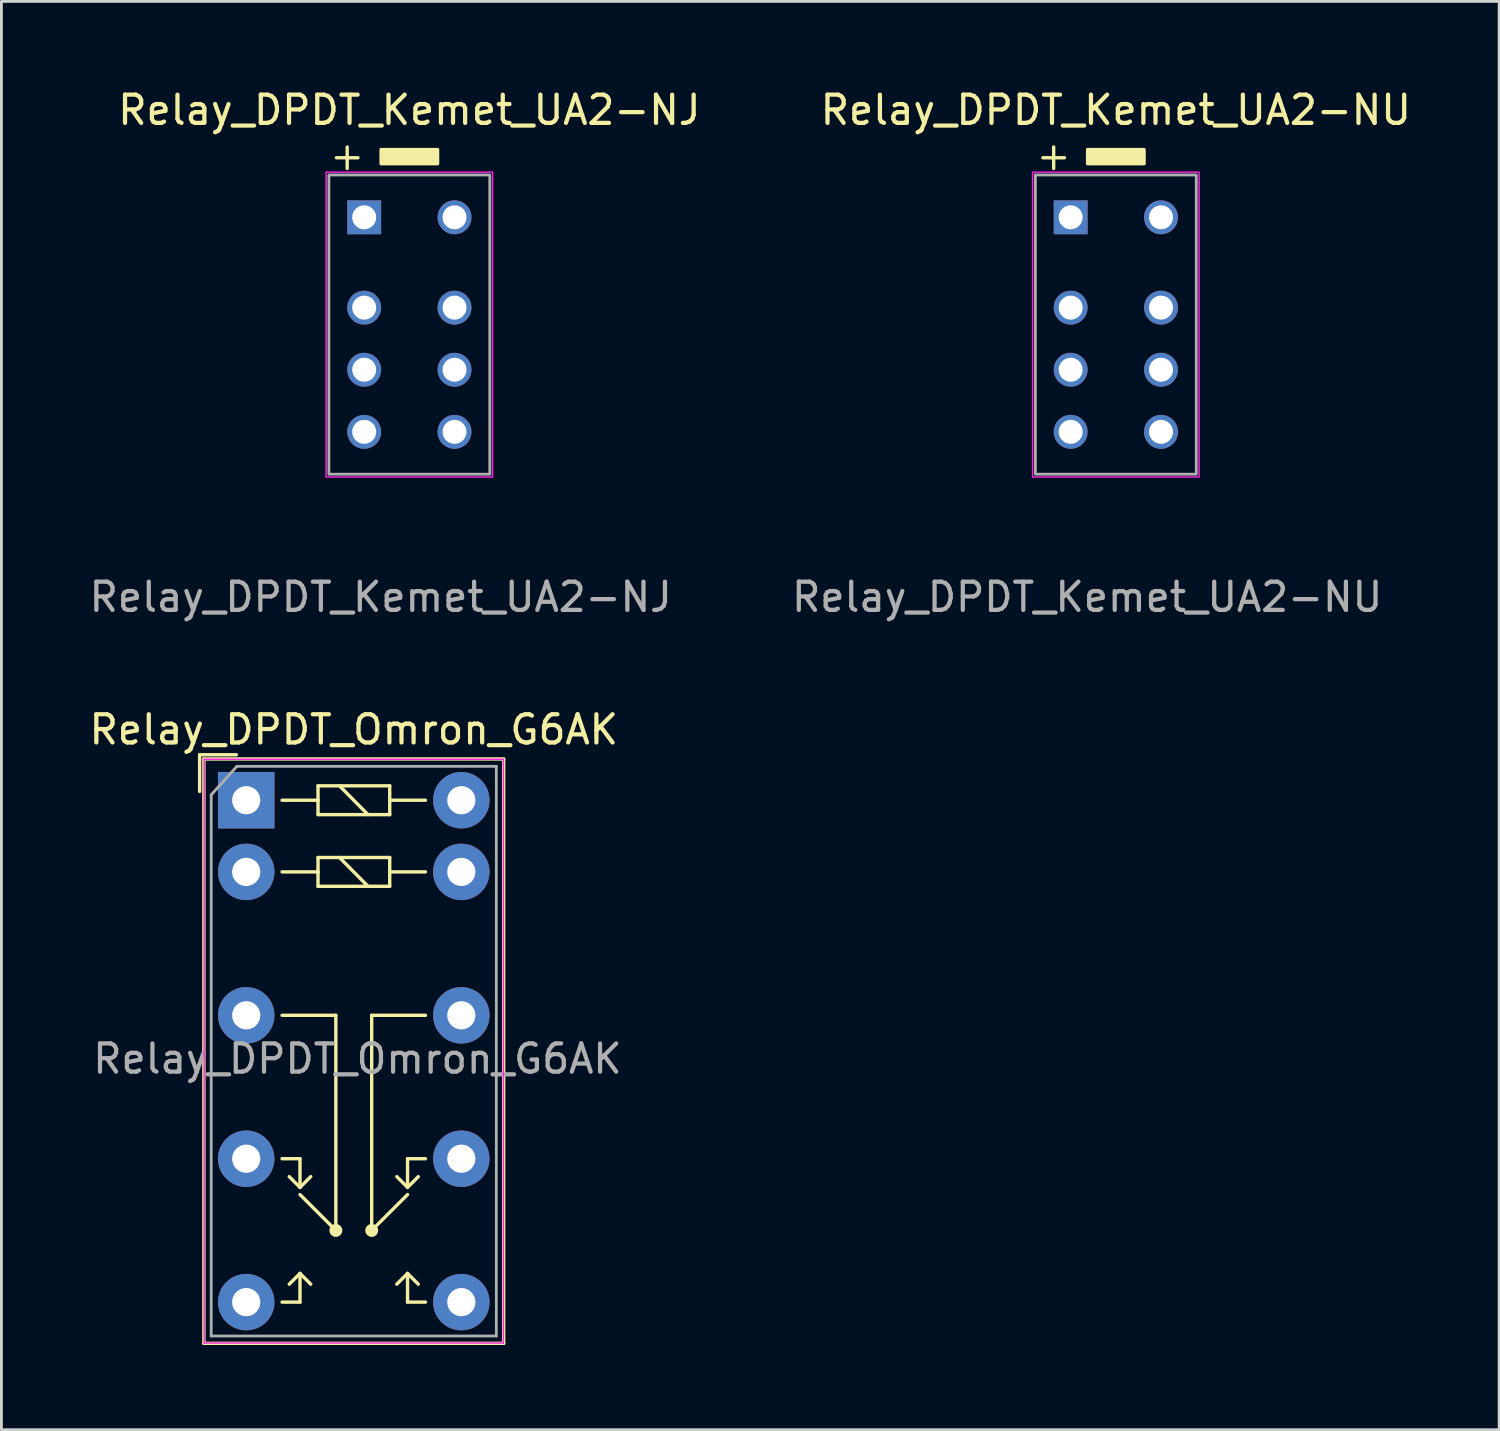
<source format=kicad_pcb>
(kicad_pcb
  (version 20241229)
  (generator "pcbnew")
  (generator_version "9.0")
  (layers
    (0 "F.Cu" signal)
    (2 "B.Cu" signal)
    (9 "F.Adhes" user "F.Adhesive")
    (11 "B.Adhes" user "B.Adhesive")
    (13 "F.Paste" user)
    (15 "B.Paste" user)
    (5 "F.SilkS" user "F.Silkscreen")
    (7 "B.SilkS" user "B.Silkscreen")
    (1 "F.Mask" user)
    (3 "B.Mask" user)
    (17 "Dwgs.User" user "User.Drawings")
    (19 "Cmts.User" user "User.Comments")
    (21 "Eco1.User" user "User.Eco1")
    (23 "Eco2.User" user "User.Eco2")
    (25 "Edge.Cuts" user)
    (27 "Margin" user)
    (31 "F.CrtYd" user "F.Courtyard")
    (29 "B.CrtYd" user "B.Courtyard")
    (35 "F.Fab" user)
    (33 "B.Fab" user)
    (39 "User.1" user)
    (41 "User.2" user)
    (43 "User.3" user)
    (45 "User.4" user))
  (footprint "Relay_DPDT_Omron_G6AK"
    (layer "F.Cu")
    (at 5.672 25.297)
    (property "Reference" "Relay_DPDT_Omron_G6AK" (at 3.81 -2.5 0) (layer "F.SilkS") (effects (font (size 1 1) (thickness 0.15))))
    (attr through_hole)
    (fp_line (start -1.65 -1.61) (end -0.35 -1.61) (stroke (width 0.12) (type solid)) (layer "F.SilkS"))
    (fp_line (start -1.65 -0.31) (end -1.65 -1.61) (stroke (width 0.12) (type solid)) (layer "F.SilkS"))
    (fp_line (start -1.5 -1.46) (end -1.5 19.24) (stroke (width 0.12) (type solid)) (layer "F.SilkS"))
    (fp_line (start -1.5 19.24) (end 9.12 19.24) (stroke (width 0.12) (type solid)) (layer "F.SilkS"))
    (fp_line (start 1.27 0) (end 2.54 0) (stroke (width 0.12) (type solid)) (layer "F.SilkS"))
    (fp_line (start 1.27 2.54) (end 2.54 2.54) (stroke (width 0.12) (type solid)) (layer "F.SilkS"))
    (fp_line (start 1.27 7.62) (end 3.175 7.62) (stroke (width 0.12) (type solid)) (layer "F.SilkS"))
    (fp_line (start 1.27 12.7) (end 1.905 12.7) (stroke (width 0.12) (type solid)) (layer "F.SilkS"))
    (fp_line (start 1.27 17.78) (end 1.905 17.78) (stroke (width 0.12) (type solid)) (layer "F.SilkS"))
    (fp_line (start 1.905 12.7) (end 1.905 13.716) (stroke (width 0.12) (type solid)) (layer "F.SilkS"))
    (fp_line (start 1.905 13.716) (end 1.524 13.335) (stroke (width 0.12) (type solid)) (layer "F.SilkS"))
    (fp_line (start 1.905 13.716) (end 2.286 13.335) (stroke (width 0.12) (type solid)) (layer "F.SilkS"))
    (fp_line (start 1.905 16.764) (end 1.524 17.145) (stroke (width 0.12) (type solid)) (layer "F.SilkS"))
    (fp_line (start 1.905 16.764) (end 1.905 17.78) (stroke (width 0.12) (type solid)) (layer "F.SilkS"))
    (fp_line (start 1.905 16.764) (end 2.286 17.145) (stroke (width 0.12) (type solid)) (layer "F.SilkS"))
    (fp_line (start 2.544 -0.51) (end 5.084 -0.51) (stroke (width 0.12) (type solid)) (layer "F.SilkS"))
    (fp_line (start 2.544 0) (end 2.544 -0.51) (stroke (width 0.12) (type solid)) (layer "F.SilkS"))
    (fp_line (start 2.544 0.51) (end 2.544 0) (stroke (width 0.12) (type solid)) (layer "F.SilkS"))
    (fp_line (start 2.544 2.03) (end 5.084 2.03) (stroke (width 0.12) (type solid)) (layer "F.SilkS"))
    (fp_line (start 2.544 2.54) (end 2.544 2.03) (stroke (width 0.12) (type solid)) (layer "F.SilkS"))
    (fp_line (start 2.544 3.05) (end 2.544 2.54) (stroke (width 0.12) (type solid)) (layer "F.SilkS"))
    (fp_line (start 3.175 7.62) (end 3.175 15.24) (stroke (width 0.12) (type solid)) (layer "F.SilkS"))
    (fp_line (start 3.175 15.24) (end 1.905 13.97) (stroke (width 0.12) (type solid)) (layer "F.SilkS"))
    (fp_line (start 3.304 -0.51) (end 4.314 0.51) (stroke (width 0.12) (type solid)) (layer "F.SilkS"))
    (fp_line (start 3.304 2.03) (end 4.314 3.05) (stroke (width 0.12) (type solid)) (layer "F.SilkS"))
    (fp_line (start 4.445 7.62) (end 4.445 15.24) (stroke (width 0.12) (type solid)) (layer "F.SilkS"))
    (fp_line (start 4.445 15.24) (end 5.715 13.97) (stroke (width 0.12) (type solid)) (layer "F.SilkS"))
    (fp_line (start 5.08 0) (end 6.35 0) (stroke (width 0.12) (type solid)) (layer "F.SilkS"))
    (fp_line (start 5.08 2.54) (end 6.35 2.54) (stroke (width 0.12) (type solid)) (layer "F.SilkS"))
    (fp_line (start 5.084 -0.51) (end 5.084 0) (stroke (width 0.12) (type solid)) (layer "F.SilkS"))
    (fp_line (start 5.084 0) (end 5.084 0.51) (stroke (width 0.12) (type solid)) (layer "F.SilkS"))
    (fp_line (start 5.084 0.51) (end 2.544 0.51) (stroke (width 0.12) (type solid)) (layer "F.SilkS"))
    (fp_line (start 5.084 2.03) (end 5.084 2.54) (stroke (width 0.12) (type solid)) (layer "F.SilkS"))
    (fp_line (start 5.084 2.54) (end 5.084 3.05) (stroke (width 0.12) (type solid)) (layer "F.SilkS"))
    (fp_line (start 5.084 3.05) (end 2.544 3.05) (stroke (width 0.12) (type solid)) (layer "F.SilkS"))
    (fp_line (start 5.715 12.7) (end 5.715 13.716) (stroke (width 0.12) (type solid)) (layer "F.SilkS"))
    (fp_line (start 5.715 13.716) (end 5.334 13.335) (stroke (width 0.12) (type solid)) (layer "F.SilkS"))
    (fp_line (start 5.715 13.716) (end 6.096 13.335) (stroke (width 0.12) (type solid)) (layer "F.SilkS"))
    (fp_line (start 5.715 16.764) (end 5.334 17.145) (stroke (width 0.12) (type solid)) (layer "F.SilkS"))
    (fp_line (start 5.715 16.764) (end 5.715 17.78) (stroke (width 0.12) (type solid)) (layer "F.SilkS"))
    (fp_line (start 5.715 16.764) (end 6.096 17.145) (stroke (width 0.12) (type solid)) (layer "F.SilkS"))
    (fp_line (start 6.35 7.62) (end 4.445 7.62) (stroke (width 0.12) (type solid)) (layer "F.SilkS"))
    (fp_line (start 6.35 12.7) (end 5.715 12.7) (stroke (width 0.12) (type solid)) (layer "F.SilkS"))
    (fp_line (start 6.35 17.78) (end 5.715 17.78) (stroke (width 0.12) (type solid)) (layer "F.SilkS"))
    (fp_line (start 9.12 -1.46) (end -1.5 -1.46) (stroke (width 0.12) (type solid)) (layer "F.SilkS"))
    (fp_line (start 9.12 19.24) (end 9.12 -1.46) (stroke (width 0.12) (type solid)) (layer "F.SilkS"))
    (fp_circle (center 3.175 15.24) (end 3.045 15.24) (stroke (width 0.2) (type solid)) (fill no) (layer "F.SilkS"))
    (fp_circle (center 4.445 15.24) (end 4.575 15.24) (stroke (width 0.2) (type solid)) (fill no) (layer "F.SilkS"))
    (fp_line (start -1.49 -1.45) (end -1.49 19.23) (stroke (width 0.05) (type solid)) (layer "F.CrtYd"))
    (fp_line (start -1.49 -1.45) (end 9.11 -1.45) (stroke (width 0.05) (type solid)) (layer "F.CrtYd"))
    (fp_line (start 9.11 -1.45) (end 9.11 19.23) (stroke (width 0.05) (type solid)) (layer "F.CrtYd"))
    (fp_line (start 9.11 19.23) (end -1.49 19.23) (stroke (width 0.05) (type solid)) (layer "F.CrtYd"))
    (fp_line (start -1.24 -0.19) (end -1.24 18.98) (stroke (width 0.1) (type solid)) (layer "F.Fab"))
    (fp_line (start -1.24 -0.19) (end -0.33 -1.2) (stroke (width 0.1) (type solid)) (layer "F.Fab"))
    (fp_line (start -1.24 18.98) (end 8.86 18.98) (stroke (width 0.1) (type solid)) (layer "F.Fab"))
    (fp_line (start 8.86 -1.2) (end -0.33 -1.2) (stroke (width 0.1) (type solid)) (layer "F.Fab"))
    (fp_line (start 8.86 18.98) (end 8.86 -1.2) (stroke (width 0.1) (type solid)) (layer "F.Fab"))
    (fp_text user "${REFERENCE}" (at 3.94 9.16 0) (layer "F.Fab") (effects (font (size 1 1) (thickness 0.15))))
    (pad "1" thru_hole rect (at 0 0) (size 2 2) (drill 1) (layers "*.Cu" "*.Mask"))
    (pad "2" thru_hole circle (at 0 2.54) (size 2 2) (drill 1) (layers "*.Cu" "*.Mask"))
    (pad "4" thru_hole circle (at 0 7.62) (size 2 2) (drill 1) (layers "*.Cu" "*.Mask"))
    (pad "6" thru_hole circle (at 0 12.7) (size 2 2) (drill 1) (layers "*.Cu" "*.Mask"))
    (pad "8" thru_hole circle (at 0 17.78) (size 2 2) (drill 1) (layers "*.Cu" "*.Mask"))
    (pad "9" thru_hole circle (at 7.62 17.78) (size 2 2) (drill 1) (layers "*.Cu" "*.Mask"))
    (pad "11" thru_hole circle (at 7.62 12.7) (size 2 2) (drill 1) (layers "*.Cu" "*.Mask"))
    (pad "13" thru_hole circle (at 7.62 7.62) (size 2 2) (drill 1) (layers "*.Cu" "*.Mask"))
    (pad "15" thru_hole circle (at 7.62 2.54) (size 2 2) (drill 1) (layers "*.Cu" "*.Mask"))
    (pad "16" thru_hole circle (at 7.62 0) (size 2 2) (drill 1) (layers "*.Cu" "*.Mask")))
  (footprint "Relay_DPDT_Kemet_UA2-NU"
    (layer "F.Cu")
    (at 34.878 4.648)
    (property "Reference" "Relay_DPDT_Kemet_UA2-NU" (at 1.6 -3.8 0) (unlocked yes) (layer "F.SilkS") (effects (font (size 1 1) (thickness 0.15))))
    (attr through_hole)
    (fp_rect (start 0.6 -2.4) (end 2.6 -1.9) (stroke (width 0.12) (type solid)) (fill yes) (layer "F.SilkS"))
    (fp_rect (start -1.35 -1.6) (end 4.55 9.2) (stroke (width 0.05) (type default)) (fill no) (layer "F.CrtYd"))
    (fp_rect (start -1.25 -1.5) (end 4.45 9.1) (stroke (width 0.1) (type default)) (fill no) (layer "F.Fab"))
    (fp_text user "+" (at -1.3 -1.6 0) (unlocked yes) (layer "F.SilkS") (effects (font (size 1 1) (thickness 0.12)) (justify left bottom)))
    (fp_text user "${REFERENCE}" (at 0.584 13.452 0) (unlocked yes) (layer "F.Fab") (effects (font (size 1 1) (thickness 0.15))))
    (pad "1" thru_hole rect (at 0 0) (size 1.2 1.2) (drill 0.85) (layers "*.Cu" "*.Mask"))
    (pad "2" thru_hole circle (at 0 3.2) (size 1.2 1.2) (drill 0.85) (layers "*.Cu" "*.Mask"))
    (pad "3" thru_hole circle (at 0 5.4) (size 1.2 1.2) (drill 0.85) (layers "*.Cu" "*.Mask"))
    (pad "4" thru_hole circle (at 0 7.6) (size 1.2 1.2) (drill 0.85) (layers "*.Cu" "*.Mask"))
    (pad "5" thru_hole circle (at 3.2 7.6) (size 1.2 1.2) (drill 0.85) (layers "*.Cu" "*.Mask"))
    (pad "6" thru_hole circle (at 3.2 5.4) (size 1.2 1.2) (drill 0.85) (layers "*.Cu" "*.Mask"))
    (pad "7" thru_hole circle (at 3.2 3.2) (size 1.2 1.2) (drill 0.85) (layers "*.Cu" "*.Mask"))
    (pad "8" thru_hole circle (at 3.2 0) (size 1.2 1.2) (drill 0.85) (layers "*.Cu" "*.Mask")))
  (footprint "Relay_DPDT_Kemet_UA2-NJ"
    (layer "F.Cu")
    (at 9.851 4.648)
    (property "Reference" "Relay_DPDT_Kemet_UA2-NJ" (at 1.6 -3.8 0) (unlocked yes) (layer "F.SilkS") (effects (font (size 1 1) (thickness 0.15))))
    (attr through_hole)
    (fp_rect (start 0.6 -2.4) (end 2.6 -1.9) (stroke (width 0.12) (type solid)) (fill yes) (layer "F.SilkS"))
    (fp_rect (start -1.35 -1.6) (end 4.55 9.2) (stroke (width 0.05) (type default)) (fill no) (layer "F.CrtYd"))
    (fp_rect (start -1.25 -1.5) (end 4.45 9.1) (stroke (width 0.1) (type default)) (fill no) (layer "F.Fab"))
    (fp_text user "+" (at -1.3 -1.6 0) (unlocked yes) (layer "F.SilkS") (effects (font (size 1 1) (thickness 0.12)) (justify left bottom)))
    (fp_text user "${REFERENCE}" (at 0.584 13.452 0) (unlocked yes) (layer "F.Fab") (effects (font (size 1 1) (thickness 0.15))))
    (pad "1" thru_hole rect (at 0 0) (size 1.2 1.2) (drill 0.85) (layers "*.Cu" "*.Mask"))
    (pad "2" thru_hole circle (at 0 3.2) (size 1.2 1.2) (drill 0.85) (layers "*.Cu" "*.Mask"))
    (pad "3" thru_hole circle (at 0 5.4) (size 1.2 1.2) (drill 0.85) (layers "*.Cu" "*.Mask"))
    (pad "4" thru_hole circle (at 0 7.6) (size 1.2 1.2) (drill 0.85) (layers "*.Cu" "*.Mask"))
    (pad "5" thru_hole circle (at 3.2 7.6) (size 1.2 1.2) (drill 0.85) (layers "*.Cu" "*.Mask"))
    (pad "6" thru_hole circle (at 3.2 5.4) (size 1.2 1.2) (drill 0.85) (layers "*.Cu" "*.Mask"))
    (pad "7" thru_hole circle (at 3.2 3.2) (size 1.2 1.2) (drill 0.85) (layers "*.Cu" "*.Mask"))
    (pad "8" thru_hole circle (at 3.2 0) (size 1.2 1.2) (drill 0.85) (layers "*.Cu" "*.Mask")))
  (gr_rect
    (start -3 -3)
    (end 50.056 47.597)
    (stroke (width 0.1) (type default))
    (fill no)
    (layer "Edge.Cuts")))
</source>
